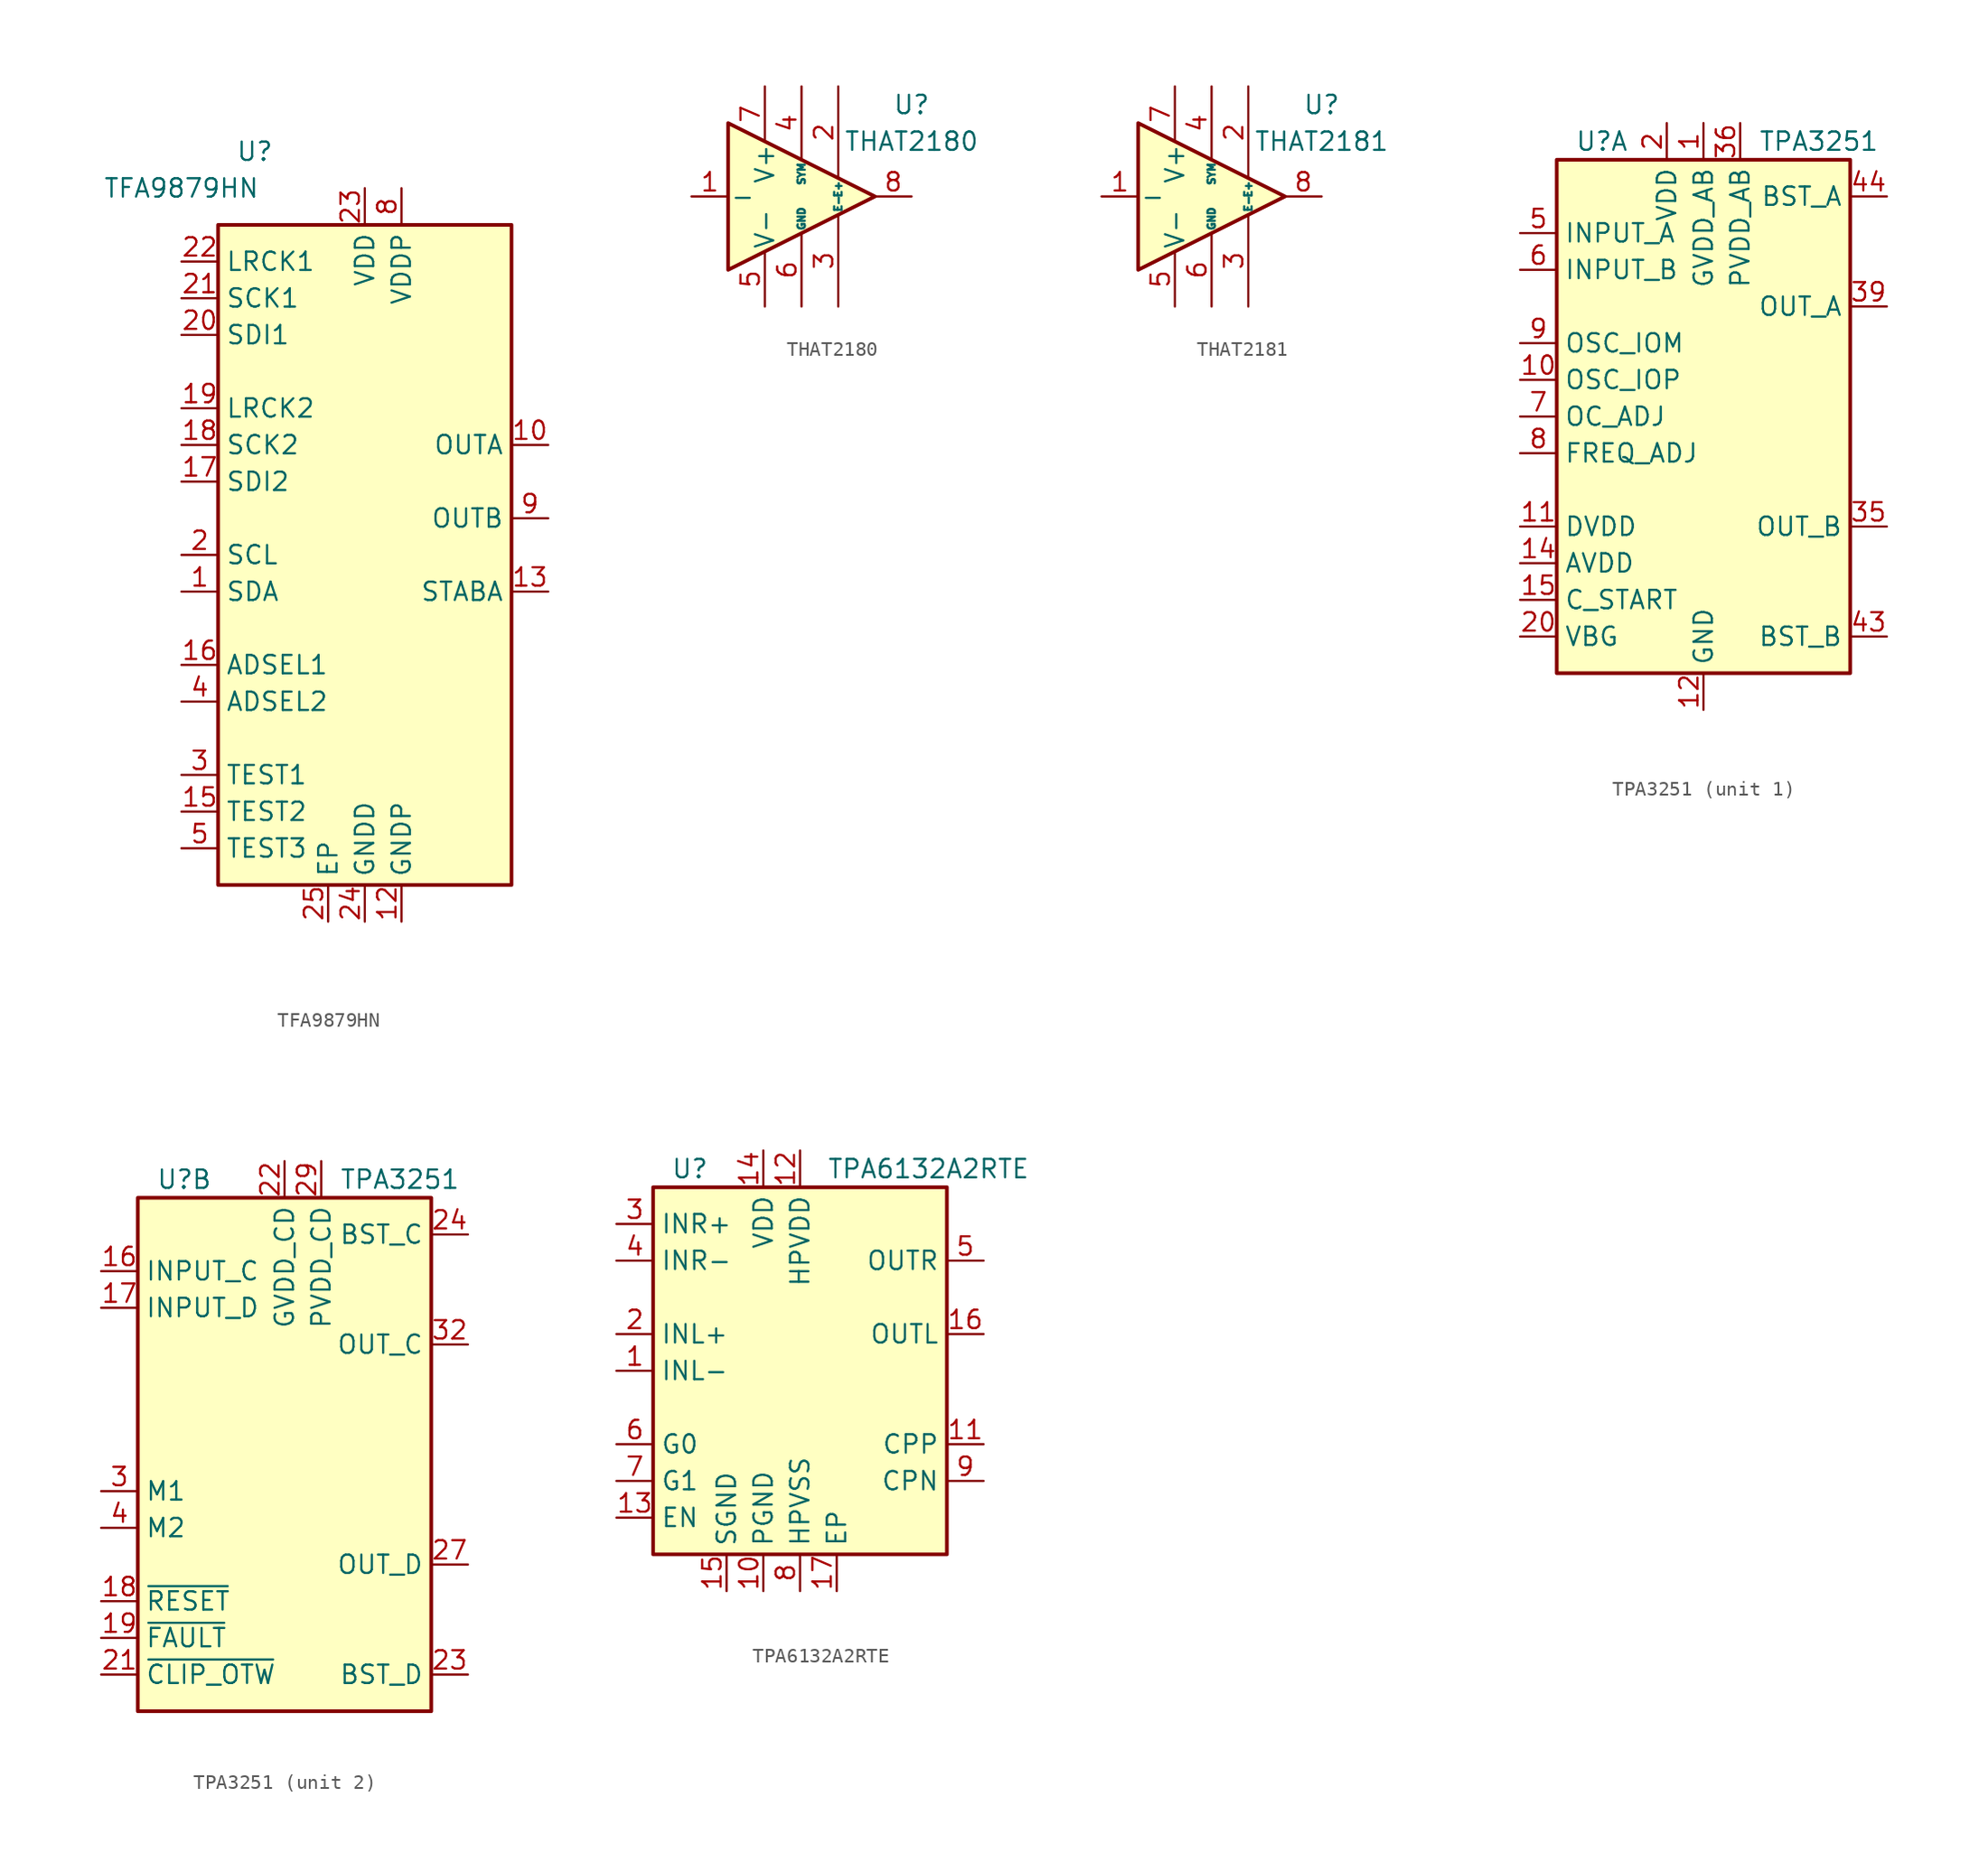
<source format=kicad_sym>
(kicad_symbol_lib
  (version 20241209)
  (generator "kicad_symbol_editor")
  (generator_version "9.0")
  (symbol "TFA9879HN"
    (property "Reference" "U"
      (at -7.62 27.94 0)
      (effects (font (size 1.27 1.27))))
    (property "Value" "TFA9879HN"
      (at -12.7 25.4 0)
      (effects (font (size 1.27 1.27))))
    (symbol "TFA9879HN_0_1"
      (polyline (pts (xy -10.16 22.86) (xy 10.16 22.86) (xy 10.16 -22.86) (xy -10.16 -22.86) (xy -10.16 22.86)) (stroke (width 0.254) (type solid)) (fill (type background))))
    (symbol "TFA9879HN_1_1"
      (pin input line (at -12.7 20.32 0) (length 2.54) (name "LRCK1" (effects (font (size 1.27 1.27)))) (number "22" (effects (font (size 1.27 1.27)))))
      (pin input line (at -12.7 17.78 0) (length 2.54) (name "SCK1" (effects (font (size 1.27 1.27)))) (number "21" (effects (font (size 1.27 1.27)))))
      (pin input line (at -12.7 15.24 0) (length 2.54) (name "SDI1" (effects (font (size 1.27 1.27)))) (number "20" (effects (font (size 1.27 1.27)))))
      (pin input line (at -12.7 10.16 0) (length 2.54) (name "LRCK2" (effects (font (size 1.27 1.27)))) (number "19" (effects (font (size 1.27 1.27)))))
      (pin input line (at -12.7 7.62 0) (length 2.54) (name "SCK2" (effects (font (size 1.27 1.27)))) (number "18" (effects (font (size 1.27 1.27)))))
      (pin input line (at -12.7 5.08 0) (length 2.54) (name "SDI2" (effects (font (size 1.27 1.27)))) (number "17" (effects (font (size 1.27 1.27)))))
      (pin input line (at -12.7 0 0) (length 2.54) (name "SCL" (effects (font (size 1.27 1.27)))) (number "2" (effects (font (size 1.27 1.27)))))
      (pin bidirectional line (at -12.7 -2.54 0) (length 2.54) (name "SDA" (effects (font (size 1.27 1.27)))) (number "1" (effects (font (size 1.27 1.27)))))
      (pin input line (at -12.7 -7.62 0) (length 2.54) (name "ADSEL1" (effects (font (size 1.27 1.27)))) (number "16" (effects (font (size 1.27 1.27)))))
      (pin input line (at -12.7 -10.16 0) (length 2.54) (name "ADSEL2" (effects (font (size 1.27 1.27)))) (number "4" (effects (font (size 1.27 1.27)))))
      (pin input line (at -12.7 -15.24 0) (length 2.54) (name "TEST1" (effects (font (size 1.27 1.27)))) (number "3" (effects (font (size 1.27 1.27)))))
      (pin input line (at -12.7 -17.78 0) (length 2.54) (name "TEST2" (effects (font (size 1.27 1.27)))) (number "15" (effects (font (size 1.27 1.27)))))
      (pin input line (at -12.7 -20.32 0) (length 2.54) (name "TEST3" (effects (font (size 1.27 1.27)))) (number "5" (effects (font (size 1.27 1.27)))))
      (pin passive line (at -2.54 -25.4 90) (length 2.54) (name "EP" (effects (font (size 1.27 1.27)))) (number "25" (effects (font (size 1.27 1.27)))))
      (pin power_in line (at 0 25.4 270) (length 2.54) (name "VDD" (effects (font (size 1.27 1.27)))) (number "23" (effects (font (size 1.27 1.27)))))
      (pin power_in line (at 0 -25.4 90) (length 2.54) (name "GNDD" (effects (font (size 1.27 1.27)))) (number "24" (effects (font (size 1.27 1.27)))))
      (pin passive line (at 2.54 25.4 270) (length 2.54) (hide yes) (name "VDDP" (effects (font (size 1.27 1.27)))) (number "7" (effects (font (size 1.27 1.27)))))
      (pin power_in line (at 2.54 25.4 270) (length 2.54) (name "VDDP" (effects (font (size 1.27 1.27)))) (number "8" (effects (font (size 1.27 1.27)))))
      (pin passive line (at 2.54 -25.4 90) (length 2.54) (hide yes) (name "GNDP" (effects (font (size 1.27 1.27)))) (number "11" (effects (font (size 1.27 1.27)))))
      (pin power_in line (at 2.54 -25.4 90) (length 2.54) (name "GNDP" (effects (font (size 1.27 1.27)))) (number "12" (effects (font (size 1.27 1.27)))))
      (pin no_connect line (at 10.16 -10.16 180) (length 2.54) (hide yes) (name "NC" (effects (font (size 1.27 1.27)))) (number "14" (effects (font (size 1.27 1.27)))))
      (pin no_connect line (at 10.16 -12.7 180) (length 2.54) (hide yes) (name "NC" (effects (font (size 1.27 1.27)))) (number "6" (effects (font (size 1.27 1.27)))))
      (pin output line (at 12.7 7.62 180) (length 2.54) (name "OUTA" (effects (font (size 1.27 1.27)))) (number "10" (effects (font (size 1.27 1.27)))))
      (pin output line (at 12.7 2.54 180) (length 2.54) (name "OUTB" (effects (font (size 1.27 1.27)))) (number "9" (effects (font (size 1.27 1.27)))))
      (pin output line (at 12.7 -2.54 180) (length 2.54) (name "STABA" (effects (font (size 1.27 1.27)))) (number "13" (effects (font (size 1.27 1.27)))))))
  (symbol "THAT2180"
    (pin_names
      (offset 0.127))
    (property "Reference" "U"
      (at 7.62 6.35 0)
      (effects (font (size 1.27 1.27))))
    (property "Value" "THAT2180"
      (at 7.62 3.81 0)
      (effects (font (size 1.27 1.27))))
    (symbol "THAT2180_0_0"
      (pin power_in line (at -2.54 7.62 270) (length 3.81) (name "V+" (effects (font (size 1.27 1.27)))) (number "7" (effects (font (size 1.27 1.27)))))
      (pin power_in line (at -2.54 -7.62 90) (length 3.81) (name "V-" (effects (font (size 1.27 1.27)))) (number "5" (effects (font (size 1.27 1.27)))))
      (pin power_in line (at 0 -7.62 90) (length 5.08) (name "GND" (effects (font (size 0.508 0.508)))) (number "6" (effects (font (size 1.27 1.27))))))
    (symbol "THAT2180_0_1"
      (polyline (pts (xy -5.08 5.08) (xy 5.08 0) (xy -5.08 -5.08) (xy -5.08 5.08)) (stroke (width 0.254) (type solid)) (fill (type background))))
    (symbol "THAT2180_1_1"
      (pin input line (at -7.62 0 0) (length 2.54) (name "-" (effects (font (size 1.27 1.27)))) (number "1" (effects (font (size 1.27 1.27)))))
      (pin input line (at 0 7.62 270) (length 5.08) (name "SYM" (effects (font (size 0.508 0.508)))) (number "4" (effects (font (size 1.27 1.27)))))
      (pin input line (at 2.54 7.62 270) (length 6.35) (name "E+" (effects (font (size 0.508 0.508)))) (number "2" (effects (font (size 1.27 1.27)))))
      (pin input line (at 2.54 -7.62 90) (length 6.35) (name "E-" (effects (font (size 0.508 0.508)))) (number "3" (effects (font (size 1.27 1.27)))))
      (pin output line (at 7.62 0 180) (length 2.54) (name "~" (effects (font (size 1.27 1.27)))) (number "8" (effects (font (size 1.27 1.27)))))))
  (symbol "THAT2181"
    (pin_names
      (offset 0.127))
    (property "Reference" "U"
      (at 7.62 6.35 0)
      (effects (font (size 1.27 1.27))))
    (property "Value" "THAT2181"
      (at 7.62 3.81 0)
      (effects (font (size 1.27 1.27))))
    (symbol "THAT2181_0_0"
      (pin power_in line (at -2.54 7.62 270) (length 3.81) (name "V+" (effects (font (size 1.27 1.27)))) (number "7" (effects (font (size 1.27 1.27)))))
      (pin power_in line (at -2.54 -7.62 90) (length 3.81) (name "V-" (effects (font (size 1.27 1.27)))) (number "5" (effects (font (size 1.27 1.27)))))
      (pin power_in line (at 0 -7.62 90) (length 5.08) (name "GND" (effects (font (size 0.508 0.508)))) (number "6" (effects (font (size 1.27 1.27))))))
    (symbol "THAT2181_0_1"
      (polyline (pts (xy -5.08 5.08) (xy 5.08 0) (xy -5.08 -5.08) (xy -5.08 5.08)) (stroke (width 0.254) (type solid)) (fill (type background))))
    (symbol "THAT2181_1_1"
      (pin input line (at -7.62 0 0) (length 2.54) (name "-" (effects (font (size 1.27 1.27)))) (number "1" (effects (font (size 1.27 1.27)))))
      (pin input line (at 0 7.62 270) (length 5.08) (name "SYM" (effects (font (size 0.508 0.508)))) (number "4" (effects (font (size 1.27 1.27)))))
      (pin input line (at 2.54 7.62 270) (length 6.35) (name "E+" (effects (font (size 0.508 0.508)))) (number "2" (effects (font (size 1.27 1.27)))))
      (pin input line (at 2.54 -7.62 90) (length 6.35) (name "E-" (effects (font (size 0.508 0.508)))) (number "3" (effects (font (size 1.27 1.27)))))
      (pin output line (at 7.62 0 180) (length 2.54) (name "~" (effects (font (size 1.27 1.27)))) (number "8" (effects (font (size 1.27 1.27)))))))
  (symbol "TPA3251"
    (property "Reference" "U"
      (at -8.89 19.05 0)
      (effects (font (size 1.27 1.27)) (justify left)))
    (property "Value" "TPA3251"
      (at 3.81 19.05 0)
      (effects (font (size 1.27 1.27)) (justify left)))
    (property "ki_locked" ""
      (at 0 0 0)
      (effects (font (size 1.27 1.27))))
    (symbol "TPA3251_0_1"
      (rectangle (start -10.16 -17.78) (end 10.16 17.78) (stroke (width 0.254) (type solid)) (fill (type background))))
    (symbol "TPA3251_1_1"
      (pin input line (at -12.7 12.7 0) (length 2.54) (name "INPUT_A" (effects (font (size 1.27 1.27)))) (number "5" (effects (font (size 1.27 1.27)))))
      (pin input line (at -12.7 10.16 0) (length 2.54) (name "INPUT_B" (effects (font (size 1.27 1.27)))) (number "6" (effects (font (size 1.27 1.27)))))
      (pin bidirectional line (at -12.7 5.08 0) (length 2.54) (name "OSC_IOM" (effects (font (size 1.27 1.27)))) (number "9" (effects (font (size 1.27 1.27)))))
      (pin bidirectional line (at -12.7 2.54 0) (length 2.54) (name "OSC_IOP" (effects (font (size 1.27 1.27)))) (number "10" (effects (font (size 1.27 1.27)))))
      (pin passive line (at -12.7 0 0) (length 2.54) (name "OC_ADJ" (effects (font (size 1.27 1.27)))) (number "7" (effects (font (size 1.27 1.27)))))
      (pin passive line (at -12.7 -2.54 0) (length 2.54) (name "FREQ_ADJ" (effects (font (size 1.27 1.27)))) (number "8" (effects (font (size 1.27 1.27)))))
      (pin passive line (at -12.7 -7.62 0) (length 2.54) (name "DVDD" (effects (font (size 1.27 1.27)))) (number "11" (effects (font (size 1.27 1.27)))))
      (pin passive line (at -12.7 -10.16 0) (length 2.54) (name "AVDD" (effects (font (size 1.27 1.27)))) (number "14" (effects (font (size 1.27 1.27)))))
      (pin passive line (at -12.7 -12.7 0) (length 2.54) (name "C_START" (effects (font (size 1.27 1.27)))) (number "15" (effects (font (size 1.27 1.27)))))
      (pin passive line (at -12.7 -15.24 0) (length 2.54) (name "VBG" (effects (font (size 1.27 1.27)))) (number "20" (effects (font (size 1.27 1.27)))))
      (pin power_in line (at -2.54 20.32 270) (length 2.54) (name "VDD" (effects (font (size 1.27 1.27)))) (number "2" (effects (font (size 1.27 1.27)))))
      (pin power_in line (at 0 20.32 270) (length 2.54) (name "GVDD_AB" (effects (font (size 1.27 1.27)))) (number "1" (effects (font (size 1.27 1.27)))))
      (pin power_in line (at 0 -20.32 90) (length 2.54) (name "GND" (effects (font (size 1.27 1.27)))) (number "12" (effects (font (size 1.27 1.27)))))
      (pin passive line (at 0 -20.32 90) (length 2.54) (hide yes) (name "GND" (effects (font (size 1.27 1.27)))) (number "13" (effects (font (size 1.27 1.27)))))
      (pin passive line (at 0 -20.32 90) (length 2.54) (hide yes) (name "GND" (effects (font (size 1.27 1.27)))) (number "25" (effects (font (size 1.27 1.27)))))
      (pin passive line (at 0 -20.32 90) (length 2.54) (hide yes) (name "GND" (effects (font (size 1.27 1.27)))) (number "26" (effects (font (size 1.27 1.27)))))
      (pin passive line (at 0 -20.32 90) (length 2.54) (hide yes) (name "GND" (effects (font (size 1.27 1.27)))) (number "33" (effects (font (size 1.27 1.27)))))
      (pin passive line (at 0 -20.32 90) (length 2.54) (hide yes) (name "GND" (effects (font (size 1.27 1.27)))) (number "34" (effects (font (size 1.27 1.27)))))
      (pin passive line (at 0 -20.32 90) (length 2.54) (hide yes) (name "GND" (effects (font (size 1.27 1.27)))) (number "41" (effects (font (size 1.27 1.27)))))
      (pin passive line (at 0 -20.32 90) (length 2.54) (hide yes) (name "GND" (effects (font (size 1.27 1.27)))) (number "42" (effects (font (size 1.27 1.27)))))
      (pin power_in line (at 2.54 20.32 270) (length 2.54) (name "PVDD_AB" (effects (font (size 1.27 1.27)))) (number "36" (effects (font (size 1.27 1.27)))))
      (pin passive line (at 2.54 20.32 270) (length 2.54) (hide yes) (name "PVDD_AB" (effects (font (size 1.27 1.27)))) (number "37" (effects (font (size 1.27 1.27)))))
      (pin passive line (at 2.54 20.32 270) (length 2.54) (hide yes) (name "PVDD_AB" (effects (font (size 1.27 1.27)))) (number "38" (effects (font (size 1.27 1.27)))))
      (pin passive line (at 12.7 15.24 180) (length 2.54) (name "BST_A" (effects (font (size 1.27 1.27)))) (number "44" (effects (font (size 1.27 1.27)))))
      (pin output line (at 12.7 7.62 180) (length 2.54) (name "OUT_A" (effects (font (size 1.27 1.27)))) (number "39" (effects (font (size 1.27 1.27)))))
      (pin passive line (at 12.7 7.62 180) (length 2.54) (hide yes) (name "OUT_A" (effects (font (size 1.27 1.27)))) (number "40" (effects (font (size 1.27 1.27)))))
      (pin output line (at 12.7 -7.62 180) (length 2.54) (name "OUT_B" (effects (font (size 1.27 1.27)))) (number "35" (effects (font (size 1.27 1.27)))))
      (pin passive line (at 12.7 -15.24 180) (length 2.54) (name "BST_B" (effects (font (size 1.27 1.27)))) (number "43" (effects (font (size 1.27 1.27))))))
    (symbol "TPA3251_2_1"
      (pin input line (at -12.7 12.7 0) (length 2.54) (name "INPUT_C" (effects (font (size 1.27 1.27)))) (number "16" (effects (font (size 1.27 1.27)))))
      (pin input line (at -12.7 10.16 0) (length 2.54) (name "INPUT_D" (effects (font (size 1.27 1.27)))) (number "17" (effects (font (size 1.27 1.27)))))
      (pin input line (at -12.7 -2.54 0) (length 2.54) (name "M1" (effects (font (size 1.27 1.27)))) (number "3" (effects (font (size 1.27 1.27)))))
      (pin input line (at -12.7 -5.08 0) (length 2.54) (name "M2" (effects (font (size 1.27 1.27)))) (number "4" (effects (font (size 1.27 1.27)))))
      (pin input line (at -12.7 -10.16 0) (length 2.54) (name "~{RESET}" (effects (font (size 1.27 1.27)))) (number "18" (effects (font (size 1.27 1.27)))))
      (pin open_collector line (at -12.7 -12.7 0) (length 2.54) (name "~{FAULT}" (effects (font (size 1.27 1.27)))) (number "19" (effects (font (size 1.27 1.27)))))
      (pin open_collector line (at -12.7 -15.24 0) (length 2.54) (name "~{CLIP_OTW}" (effects (font (size 1.27 1.27)))) (number "21" (effects (font (size 1.27 1.27)))))
      (pin power_in line (at 0 20.32 270) (length 2.54) (name "GVDD_CD" (effects (font (size 1.27 1.27)))) (number "22" (effects (font (size 1.27 1.27)))))
      (pin power_in line (at 2.54 20.32 270) (length 2.54) (name "PVDD_CD" (effects (font (size 1.27 1.27)))) (number "29" (effects (font (size 1.27 1.27)))))
      (pin passive line (at 2.54 20.32 270) (length 2.54) (hide yes) (name "PVDD_CD" (effects (font (size 1.27 1.27)))) (number "30" (effects (font (size 1.27 1.27)))))
      (pin passive line (at 2.54 20.32 270) (length 2.54) (hide yes) (name "PVDD_CD" (effects (font (size 1.27 1.27)))) (number "31" (effects (font (size 1.27 1.27)))))
      (pin passive line (at 12.7 15.24 180) (length 2.54) (name "BST_C" (effects (font (size 1.27 1.27)))) (number "24" (effects (font (size 1.27 1.27)))))
      (pin output line (at 12.7 7.62 180) (length 2.54) (name "OUT_C" (effects (font (size 1.27 1.27)))) (number "32" (effects (font (size 1.27 1.27)))))
      (pin output line (at 12.7 -7.62 180) (length 2.54) (name "OUT_D" (effects (font (size 1.27 1.27)))) (number "27" (effects (font (size 1.27 1.27)))))
      (pin passive line (at 12.7 -7.62 180) (length 2.54) (hide yes) (name "OUT_D" (effects (font (size 1.27 1.27)))) (number "28" (effects (font (size 1.27 1.27)))))
      (pin passive line (at 12.7 -15.24 180) (length 2.54) (name "BST_D" (effects (font (size 1.27 1.27)))) (number "23" (effects (font (size 1.27 1.27)))))))
  (symbol "TPA6132A2RTE"
    (property "Reference" "U"
      (at -7.62 13.97 0)
      (effects (font (size 1.27 1.27))))
    (property "Value" "TPA6132A2RTE"
      (at 8.89 13.97 0)
      (effects (font (size 1.27 1.27))))
    (symbol "TPA6132A2RTE_0_1"
      (rectangle (start -10.16 12.7) (end 10.16 -12.7) (stroke (width 0.254) (type solid)) (fill (type background))))
    (symbol "TPA6132A2RTE_1_1"
      (pin input line (at -12.7 10.16 0) (length 2.54) (name "INR+" (effects (font (size 1.27 1.27)))) (number "3" (effects (font (size 1.27 1.27)))))
      (pin input line (at -12.7 7.62 0) (length 2.54) (name "INR-" (effects (font (size 1.27 1.27)))) (number "4" (effects (font (size 1.27 1.27)))))
      (pin input line (at -12.7 2.54 0) (length 2.54) (name "INL+" (effects (font (size 1.27 1.27)))) (number "2" (effects (font (size 1.27 1.27)))))
      (pin input line (at -12.7 0 0) (length 2.54) (name "INL-" (effects (font (size 1.27 1.27)))) (number "1" (effects (font (size 1.27 1.27)))))
      (pin input line (at -12.7 -5.08 0) (length 2.54) (name "G0" (effects (font (size 1.27 1.27)))) (number "6" (effects (font (size 1.27 1.27)))))
      (pin input line (at -12.7 -7.62 0) (length 2.54) (name "G1" (effects (font (size 1.27 1.27)))) (number "7" (effects (font (size 1.27 1.27)))))
      (pin input line (at -12.7 -10.16 0) (length 2.54) (name "EN" (effects (font (size 1.27 1.27)))) (number "13" (effects (font (size 1.27 1.27)))))
      (pin power_in line (at -5.08 -15.24 90) (length 2.54) (name "SGND" (effects (font (size 1.27 1.27)))) (number "15" (effects (font (size 1.27 1.27)))))
      (pin power_in line (at -2.54 15.24 270) (length 2.54) (name "VDD" (effects (font (size 1.27 1.27)))) (number "14" (effects (font (size 1.27 1.27)))))
      (pin power_in line (at -2.54 -15.24 90) (length 2.54) (name "PGND" (effects (font (size 1.27 1.27)))) (number "10" (effects (font (size 1.27 1.27)))))
      (pin power_in line (at 0 15.24 270) (length 2.54) (name "HPVDD" (effects (font (size 1.27 1.27)))) (number "12" (effects (font (size 1.27 1.27)))))
      (pin power_in line (at 0 -15.24 90) (length 2.54) (name "HPVSS" (effects (font (size 1.27 1.27)))) (number "8" (effects (font (size 1.27 1.27)))))
      (pin passive line (at 2.54 -15.24 90) (length 2.54) (name "EP" (effects (font (size 1.27 1.27)))) (number "17" (effects (font (size 1.27 1.27)))))
      (pin output line (at 12.7 7.62 180) (length 2.54) (name "OUTR" (effects (font (size 1.27 1.27)))) (number "5" (effects (font (size 1.27 1.27)))))
      (pin output line (at 12.7 2.54 180) (length 2.54) (name "OUTL" (effects (font (size 1.27 1.27)))) (number "16" (effects (font (size 1.27 1.27)))))
      (pin passive line (at 12.7 -5.08 180) (length 2.54) (name "CPP" (effects (font (size 1.27 1.27)))) (number "11" (effects (font (size 1.27 1.27)))))
      (pin passive line (at 12.7 -7.62 180) (length 2.54) (name "CPN" (effects (font (size 1.27 1.27)))) (number "9" (effects (font (size 1.27 1.27))))))))
</source>
